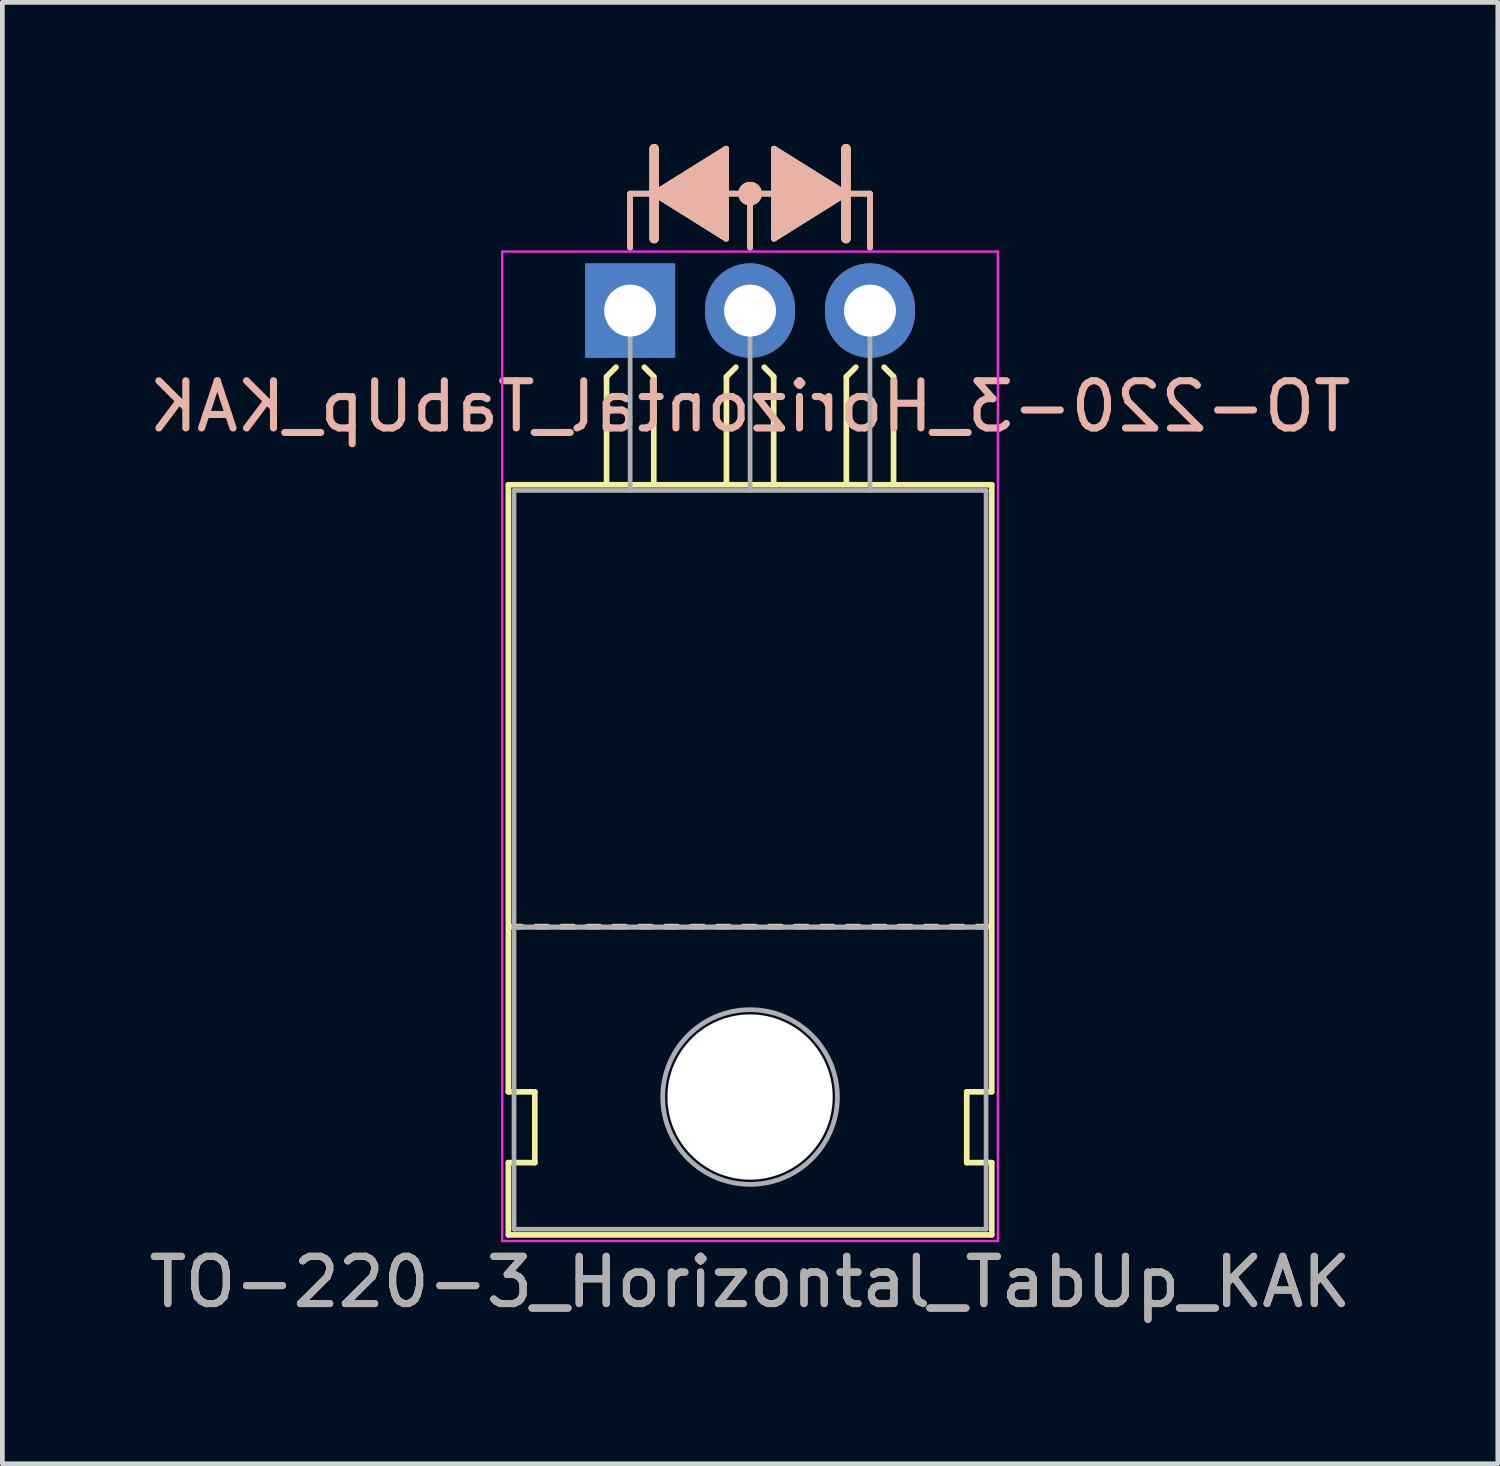
<source format=kicad_pcb>
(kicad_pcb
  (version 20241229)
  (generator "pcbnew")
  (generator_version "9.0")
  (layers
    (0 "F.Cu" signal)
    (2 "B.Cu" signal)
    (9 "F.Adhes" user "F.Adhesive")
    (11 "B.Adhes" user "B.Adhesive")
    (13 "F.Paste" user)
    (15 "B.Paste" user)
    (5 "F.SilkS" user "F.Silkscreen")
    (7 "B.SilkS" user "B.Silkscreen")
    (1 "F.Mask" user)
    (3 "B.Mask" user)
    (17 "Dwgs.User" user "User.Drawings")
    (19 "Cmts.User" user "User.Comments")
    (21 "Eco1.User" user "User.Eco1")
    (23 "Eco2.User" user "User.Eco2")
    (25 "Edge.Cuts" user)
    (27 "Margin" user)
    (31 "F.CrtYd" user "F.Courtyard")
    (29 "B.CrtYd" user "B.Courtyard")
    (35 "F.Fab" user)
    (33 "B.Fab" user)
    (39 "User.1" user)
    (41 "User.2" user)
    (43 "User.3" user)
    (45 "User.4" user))
  (footprint "TO-220-3_Horizontal_TabUp_KAK"
    (layer "F.Cu")
    (at 10.299 3.529)
    (property "Reference" "TO-220-3_Horizontal_TabUp_KAK" (at 2.54 20.58 0) (layer "F.SilkS") (effects (font (size 1 1) (thickness 0.15))))
    (fp_line (start -2.58 16.55) (end -2.58 3.69) (stroke (width 0.12) (type solid)) (layer "F.SilkS"))
    (fp_line (start -2.58 16.55) (end -2.02 16.55) (stroke (width 0.12) (type solid)) (layer "F.SilkS"))
    (fp_line (start -2.58 19.58) (end -2.58 18.05) (stroke (width 0.12) (type solid)) (layer "F.SilkS"))
    (fp_line (start -2.3 13.05) (end -2.55 13.05) (stroke (width 0.12) (type solid)) (layer "F.SilkS"))
    (fp_line (start -2.02 16.55) (end -2.02 18.05) (stroke (width 0.12) (type solid)) (layer "F.SilkS"))
    (fp_line (start -2.02 18.05) (end -2.58 18.05) (stroke (width 0.12) (type solid)) (layer "F.SilkS"))
    (fp_line (start -1.75 13.05) (end -2 13.05) (stroke (width 0.12) (type solid)) (layer "F.SilkS"))
    (fp_line (start -1.2 13.05) (end -1.45 13.05) (stroke (width 0.12) (type solid)) (layer "F.SilkS"))
    (fp_line (start -0.65 13.05) (end -0.9 13.05) (stroke (width 0.12) (type solid)) (layer "F.SilkS"))
    (fp_line (start -0.5 1.4) (end -0.3 1.2) (stroke (width 0.12) (type solid)) (layer "F.SilkS"))
    (fp_line (start -0.5 3.65) (end -0.5 1.4) (stroke (width 0.12) (type solid)) (layer "F.SilkS"))
    (fp_line (start -0.1 13.05) (end -0.35 13.05) (stroke (width 0.12) (type solid)) (layer "F.SilkS"))
    (fp_line (start 0 -2.477) (end 0.508 -2.477) (stroke (width 0.12) (type solid)) (layer "F.SilkS"))
    (fp_line (start 0 -1.333) (end 0 -2.477) (stroke (width 0.12) (type solid)) (layer "F.SilkS"))
    (fp_line (start 0.45 13.05) (end 0.2 13.05) (stroke (width 0.12) (type solid)) (layer "F.SilkS"))
    (fp_line (start 0.5 1.4) (end 0.3 1.2) (stroke (width 0.12) (type solid)) (layer "F.SilkS"))
    (fp_line (start 0.5 3.65) (end 0.5 1.4) (stroke (width 0.12) (type solid)) (layer "F.SilkS"))
    (fp_line (start 0.508 -3.429) (end 0.508 -1.524) (stroke (width 0.2) (type solid)) (layer "F.SilkS"))
    (fp_line (start 0.508 -2.477) (end 2.032 -1.524) (stroke (width 0.12) (type solid)) (layer "F.SilkS"))
    (fp_line (start 1 13.05) (end 0.75 13.05) (stroke (width 0.12) (type solid)) (layer "F.SilkS"))
    (fp_line (start 1.55 13.05) (end 1.3 13.05) (stroke (width 0.12) (type solid)) (layer "F.SilkS"))
    (fp_line (start 2.032 -3.429) (end 0.508 -2.477) (stroke (width 0.12) (type solid)) (layer "F.SilkS"))
    (fp_line (start 2.032 -1.524) (end 2.032 -3.429) (stroke (width 0.12) (type solid)) (layer "F.SilkS"))
    (fp_line (start 2.04 1.4) (end 2.24 1.2) (stroke (width 0.12) (type solid)) (layer "F.SilkS"))
    (fp_line (start 2.04 3.65) (end 2.04 1.4) (stroke (width 0.12) (type solid)) (layer "F.SilkS"))
    (fp_line (start 2.1 13.05) (end 1.85 13.05) (stroke (width 0.12) (type solid)) (layer "F.SilkS"))
    (fp_line (start 2.54 -2.477) (end 2.032 -2.477) (stroke (width 0.12) (type solid)) (layer "F.SilkS"))
    (fp_line (start 2.54 -2.477) (end 3.048 -2.477) (stroke (width 0.12) (type solid)) (layer "F.SilkS"))
    (fp_line (start 2.54 -1.333) (end 2.54 -2.477) (stroke (width 0.12) (type solid)) (layer "F.SilkS"))
    (fp_line (start 2.65 13.05) (end 2.4 13.05) (stroke (width 0.12) (type solid)) (layer "F.SilkS"))
    (fp_line (start 3.04 1.4) (end 2.84 1.2) (stroke (width 0.12) (type solid)) (layer "F.SilkS"))
    (fp_line (start 3.04 3.65) (end 3.04 1.4) (stroke (width 0.12) (type solid)) (layer "F.SilkS"))
    (fp_line (start 3.048 -3.239) (end 3.048 -3.429) (stroke (width 0.12) (type solid)) (layer "F.SilkS"))
    (fp_line (start 3.048 -3.239) (end 3.048 -1.714) (stroke (width 0.12) (type solid)) (layer "F.SilkS"))
    (fp_line (start 3.048 -1.714) (end 3.048 -1.524) (stroke (width 0.12) (type solid)) (layer "F.SilkS"))
    (fp_line (start 3.2 13.05) (end 2.95 13.05) (stroke (width 0.12) (type solid)) (layer "F.SilkS"))
    (fp_line (start 3.75 13.05) (end 3.5 13.05) (stroke (width 0.12) (type solid)) (layer "F.SilkS"))
    (fp_line (start 4.3 13.05) (end 4.05 13.05) (stroke (width 0.12) (type solid)) (layer "F.SilkS"))
    (fp_line (start 4.572 -2.477) (end 3.048 -3.429) (stroke (width 0.12) (type solid)) (layer "F.SilkS"))
    (fp_line (start 4.572 -2.477) (end 3.048 -1.524) (stroke (width 0.12) (type solid)) (layer "F.SilkS"))
    (fp_line (start 4.572 -1.524) (end 4.572 -3.429) (stroke (width 0.2) (type solid)) (layer "F.SilkS"))
    (fp_line (start 4.58 1.4) (end 4.78 1.2) (stroke (width 0.12) (type solid)) (layer "F.SilkS"))
    (fp_line (start 4.58 3.65) (end 4.58 1.4) (stroke (width 0.12) (type solid)) (layer "F.SilkS"))
    (fp_line (start 4.85 13.05) (end 4.6 13.05) (stroke (width 0.12) (type solid)) (layer "F.SilkS"))
    (fp_line (start 5.08 -2.477) (end 4.572 -2.477) (stroke (width 0.12) (type solid)) (layer "F.SilkS"))
    (fp_line (start 5.08 -1.333) (end 5.08 -2.477) (stroke (width 0.12) (type solid)) (layer "F.SilkS"))
    (fp_line (start 5.4 13.05) (end 5.15 13.05) (stroke (width 0.12) (type solid)) (layer "F.SilkS"))
    (fp_line (start 5.58 1.4) (end 5.38 1.2) (stroke (width 0.12) (type solid)) (layer "F.SilkS"))
    (fp_line (start 5.58 3.65) (end 5.58 1.4) (stroke (width 0.12) (type solid)) (layer "F.SilkS"))
    (fp_line (start 5.95 13.05) (end 5.7 13.05) (stroke (width 0.12) (type solid)) (layer "F.SilkS"))
    (fp_line (start 6.5 13.05) (end 6.25 13.05) (stroke (width 0.12) (type solid)) (layer "F.SilkS"))
    (fp_line (start 7.05 13.05) (end 6.8 13.05) (stroke (width 0.12) (type solid)) (layer "F.SilkS"))
    (fp_line (start 7.13 16.55) (end 7.655 16.55) (stroke (width 0.12) (type solid)) (layer "F.SilkS"))
    (fp_line (start 7.13 18.05) (end 7.13 16.55) (stroke (width 0.12) (type solid)) (layer "F.SilkS"))
    (fp_line (start 7.6 13.05) (end 7.35 13.05) (stroke (width 0.12) (type solid)) (layer "F.SilkS"))
    (fp_line (start 7.66 3.69) (end -2.58 3.69) (stroke (width 0.12) (type solid)) (layer "F.SilkS"))
    (fp_line (start 7.66 16.55) (end 7.66 3.69) (stroke (width 0.12) (type solid)) (layer "F.SilkS"))
    (fp_line (start 7.66 18.05) (end 7.13 18.05) (stroke (width 0.12) (type solid)) (layer "F.SilkS"))
    (fp_line (start 7.66 19.58) (end -2.58 19.58) (stroke (width 0.12) (type solid)) (layer "F.SilkS"))
    (fp_line (start 7.66 19.58) (end 7.66 18.05) (stroke (width 0.12) (type solid)) (layer "F.SilkS"))
    (fp_circle (center 2.54 -2.477) (end 2.54 -2.667) (stroke (width 0.12) (type solid)) (fill no) (layer "F.SilkS"))
    (fp_circle (center 2.54 -2.477) (end 2.54 -2.603) (stroke (width 0.12) (type solid)) (fill no) (layer "F.SilkS"))
    (fp_circle (center 2.54 -2.477) (end 2.54 -2.54) (stroke (width 0.12) (type solid)) (fill no) (layer "F.SilkS"))
    (fp_poly (pts (xy 2.032 -1.524) (xy 0.508 -2.477) (xy 2.032 -3.429)) (stroke (width 0.1) (type solid)) (fill yes) (layer "F.SilkS"))
    (fp_poly (pts (xy 4.572 -2.477) (xy 3.048 -1.524) (xy 3.048 -3.429)) (stroke (width 0.1) (type solid)) (fill yes) (layer "F.SilkS"))
    (fp_line (start 0 -2.477) (end 0.508 -2.477) (stroke (width 0.12) (type solid)) (layer "B.SilkS"))
    (fp_line (start 0 -1.333) (end 0 -2.477) (stroke (width 0.12) (type solid)) (layer "B.SilkS"))
    (fp_line (start 0.508 -2.477) (end 2.032 -3.429) (stroke (width 0.12) (type solid)) (layer "B.SilkS"))
    (fp_line (start 0.508 -2.477) (end 2.032 -1.524) (stroke (width 0.12) (type solid)) (layer "B.SilkS"))
    (fp_line (start 0.508 -1.524) (end 0.508 -3.429) (stroke (width 0.2) (type solid)) (layer "B.SilkS"))
    (fp_line (start 2.032 -3.239) (end 2.032 -3.429) (stroke (width 0.12) (type solid)) (layer "B.SilkS"))
    (fp_line (start 2.032 -3.239) (end 2.032 -1.714) (stroke (width 0.12) (type solid)) (layer "B.SilkS"))
    (fp_line (start 2.032 -1.714) (end 2.032 -1.524) (stroke (width 0.12) (type solid)) (layer "B.SilkS"))
    (fp_line (start 2.54 -2.477) (end 2.032 -2.477) (stroke (width 0.12) (type solid)) (layer "B.SilkS"))
    (fp_line (start 2.54 -2.477) (end 3.048 -2.477) (stroke (width 0.12) (type solid)) (layer "B.SilkS"))
    (fp_line (start 2.54 -1.333) (end 2.54 -2.477) (stroke (width 0.12) (type solid)) (layer "B.SilkS"))
    (fp_line (start 3.048 -3.429) (end 4.572 -2.477) (stroke (width 0.12) (type solid)) (layer "B.SilkS"))
    (fp_line (start 3.048 -1.524) (end 3.048 -3.429) (stroke (width 0.12) (type solid)) (layer "B.SilkS"))
    (fp_line (start 4.572 -3.429) (end 4.572 -1.524) (stroke (width 0.2) (type solid)) (layer "B.SilkS"))
    (fp_line (start 4.572 -2.477) (end 3.048 -1.524) (stroke (width 0.12) (type solid)) (layer "B.SilkS"))
    (fp_line (start 5.08 -2.477) (end 4.572 -2.477) (stroke (width 0.12) (type solid)) (layer "B.SilkS"))
    (fp_line (start 5.08 -1.333) (end 5.08 -2.477) (stroke (width 0.12) (type solid)) (layer "B.SilkS"))
    (fp_circle (center 2.54 -2.477) (end 2.54 -2.667) (stroke (width 0.12) (type solid)) (fill no) (layer "B.SilkS"))
    (fp_circle (center 2.54 -2.477) (end 2.54 -2.603) (stroke (width 0.12) (type solid)) (fill no) (layer "B.SilkS"))
    (fp_circle (center 2.54 -2.477) (end 2.54 -2.54) (stroke (width 0.12) (type solid)) (fill no) (layer "B.SilkS"))
    (fp_poly (pts (xy 0.508 -2.477) (xy 2.032 -1.524) (xy 2.032 -3.429)) (stroke (width 0.1) (type solid)) (fill yes) (layer "B.SilkS"))
    (fp_poly (pts (xy 3.048 -1.524) (xy 4.572 -2.477) (xy 3.048 -3.429)) (stroke (width 0.1) (type solid)) (fill yes) (layer "B.SilkS"))
    (fp_line (start -2.71 -1.25) (end -2.71 19.71) (stroke (width 0.05) (type solid)) (layer "F.CrtYd"))
    (fp_line (start -2.71 19.71) (end 7.79 19.71) (stroke (width 0.05) (type solid)) (layer "F.CrtYd"))
    (fp_line (start 7.79 -1.25) (end -2.71 -1.25) (stroke (width 0.05) (type solid)) (layer "F.CrtYd"))
    (fp_line (start 7.79 19.71) (end 7.79 -1.25) (stroke (width 0.05) (type solid)) (layer "F.CrtYd"))
    (fp_line (start -2.46 3.81) (end -2.46 13.06) (stroke (width 0.1) (type solid)) (layer "F.Fab"))
    (fp_line (start -2.46 13.06) (end -2.46 19.46) (stroke (width 0.1) (type solid)) (layer "F.Fab"))
    (fp_line (start -2.46 13.06) (end 7.54 13.06) (stroke (width 0.1) (type solid)) (layer "F.Fab"))
    (fp_line (start -2.46 19.46) (end 7.54 19.46) (stroke (width 0.1) (type solid)) (layer "F.Fab"))
    (fp_line (start 0 3.81) (end 0 0) (stroke (width 0.1) (type solid)) (layer "F.Fab"))
    (fp_line (start 2.54 3.81) (end 2.54 0) (stroke (width 0.1) (type solid)) (layer "F.Fab"))
    (fp_line (start 5.08 3.81) (end 5.08 0) (stroke (width 0.1) (type solid)) (layer "F.Fab"))
    (fp_line (start 7.54 3.81) (end -2.46 3.81) (stroke (width 0.1) (type solid)) (layer "F.Fab"))
    (fp_line (start 7.54 13.06) (end -2.46 13.06) (stroke (width 0.1) (type solid)) (layer "F.Fab"))
    (fp_line (start 7.54 13.06) (end 7.54 3.81) (stroke (width 0.1) (type solid)) (layer "F.Fab"))
    (fp_line (start 7.54 19.46) (end 7.54 13.06) (stroke (width 0.1) (type solid)) (layer "F.Fab"))
    (fp_circle (center 2.54 16.66) (end 4.39 16.66) (stroke (width 0.1) (type solid)) (fill no) (layer "F.Fab"))
    (fp_text user "${REFERENCE}" (at 2.54 2.032 0) (layer "B.SilkS") (effects (font (size 1 1) (thickness 0.15)) (justify mirror)))
    (fp_text user "${REFERENCE}" (at 2.54 20.58 0) (layer "F.Fab") (effects (font (size 1 1) (thickness 0.15))))
    (pad "" np_thru_hole oval (at 2.54 16.66) (size 3.5 3.5) (drill 3.5) (layers "*.Cu" "*.Mask"))
    (pad "1" thru_hole rect (at 0 0) (size 1.905 2) (drill 1.1) (layers "*.Cu" "*.Mask"))
    (pad "2" thru_hole oval (at 2.54 0) (size 1.905 2) (drill 1.1) (layers "*.Cu" "*.Mask"))
    (pad "3" thru_hole oval (at 5.08 0) (size 1.905 2) (drill 1.1) (layers "*.Cu" "*.Mask")))
  (gr_rect
    (start -3 -3)
    (end 28.679 27.957)
    (stroke (width 0.1) (type default))
    (fill no)
    (layer "Edge.Cuts")))
</source>
